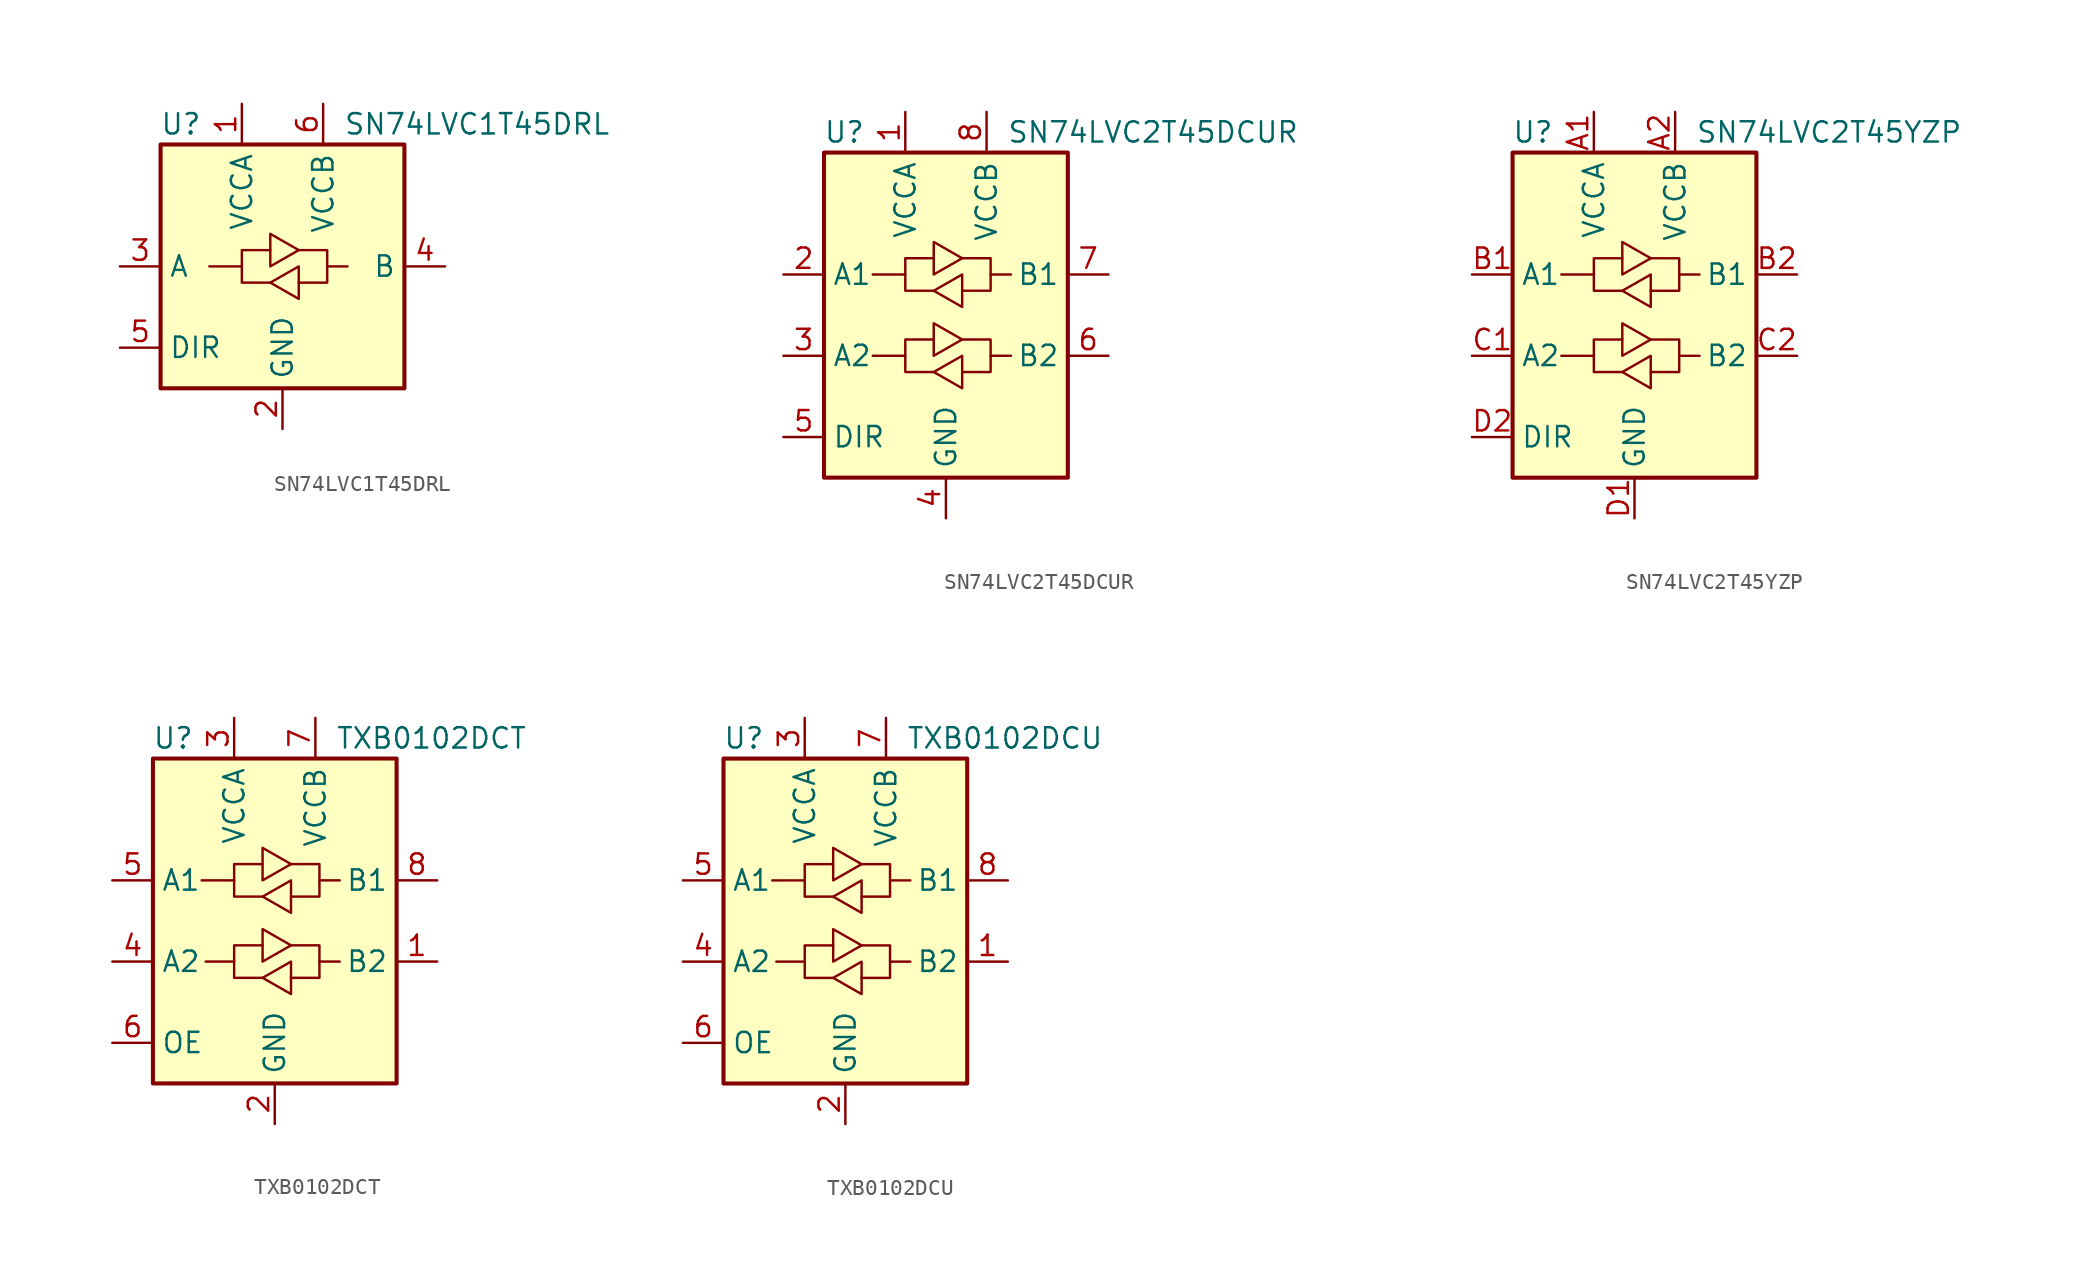
<source format=kicad_sym>
(kicad_symbol_lib
  (version 20200126)
  (host kicad_symbol_editor "(5.99.0-2044-gda2b7071b)")
  (symbol "Logic_LevelTranslator:SN74LVC1T45DRL"
    (pin_names
      (offset 0.508))
    (property "Reference" "U"
      (at -6.35 8.89 0)
      (effects (font (size 1.27 1.27))))
    (property "Value" "SN74LVC1T45DRL"
      (at 3.81 8.89 0)
      (effects (font (size 1.27 1.27)) (justify left)))
    (symbol "SN74LVC1T45DRL_0_1"
      (rectangle (start -7.62 7.62) (end 7.62 -7.62) (stroke (width 0.254)) (fill (type background)))
      (polyline (pts (xy -2.54 0) (xy -2.54 1.016) (xy -0.762 1.016)) (stroke (width 0)) (fill (type none)))
      (polyline (pts (xy 2.794 0) (xy 2.794 -1.016) (xy 1.016 -1.016)) (stroke (width 0)) (fill (type none)))
      (polyline (pts (xy -0.762 -1.016) (xy -2.54 -1.016) (xy -2.54 0) (xy -4.572 0)) (stroke (width 0)) (fill (type none)))
      (polyline (pts (xy -0.762 0) (xy -0.762 2.032) (xy 1.016 1.016) (xy -0.762 0)) (stroke (width 0)) (fill (type none)))
      (polyline (pts (xy 1.016 1.016) (xy 2.794 1.016) (xy 2.794 0) (xy 4.064 0)) (stroke (width 0)) (fill (type none)))
      (polyline (pts (xy 1.016 0) (xy 1.016 -1.778) (xy 1.016 -2.032) (xy -0.762 -1.016) (xy 1.016 0)) (stroke (width 0)) (fill (type none))))
    (symbol "SN74LVC1T45DRL_1_1"
      (pin power_in line (at -2.54 10.16 270) (length 2.54) (name "VCCA" (effects (font (size 1.27 1.27)))) (number "1" (effects (font (size 1.27 1.27)))))
      (pin power_in line (at 0 -10.16 90) (length 2.54) (name "GND" (effects (font (size 1.27 1.27)))) (number "2" (effects (font (size 1.27 1.27)))))
      (pin bidirectional line (at -10.16 0 0) (length 2.54) (name "A" (effects (font (size 1.27 1.27)))) (number "3" (effects (font (size 1.27 1.27)))))
      (pin bidirectional line (at 10.16 0 180) (length 2.54) (name "B" (effects (font (size 1.27 1.27)))) (number "4" (effects (font (size 1.27 1.27)))))
      (pin input line (at -10.16 -5.08 0) (length 2.54) (name "DIR" (effects (font (size 1.27 1.27)))) (number "5" (effects (font (size 1.27 1.27)))))
      (pin power_in line (at 2.54 10.16 270) (length 2.54) (name "VCCB" (effects (font (size 1.27 1.27)))) (number "6" (effects (font (size 1.27 1.27)))))))
  (symbol "Logic_LevelTranslator:SN74LVC2T45DCUR"
    (pin_names
      (offset 0.508))
    (property "Reference" "U"
      (at -6.35 11.43 0)
      (effects (font (size 1.27 1.27))))
    (property "Value" "SN74LVC2T45DCUR"
      (at 3.81 11.43 0)
      (effects (font (size 1.27 1.27)) (justify left)))
    (symbol "SN74LVC2T45DCUR_0_1"
      (rectangle (start -7.62 10.16) (end 7.62 -10.16) (stroke (width 0.254)) (fill (type background)))
      (polyline (pts (xy -2.54 2.54) (xy -2.54 3.556) (xy -0.762 3.556)) (stroke (width 0)) (fill (type none)))
      (polyline (pts (xy 2.794 2.54) (xy 2.794 1.524) (xy 1.016 1.524)) (stroke (width 0)) (fill (type none)))
      (polyline (pts (xy -0.762 1.524) (xy -2.54 1.524) (xy -2.54 2.54) (xy -4.572 2.54)) (stroke (width 0)) (fill (type none)))
      (polyline (pts (xy -0.762 2.54) (xy -0.762 4.572) (xy 1.016 3.556) (xy -0.762 2.54)) (stroke (width 0)) (fill (type none)))
      (polyline (pts (xy 1.016 3.556) (xy 2.794 3.556) (xy 2.794 2.54) (xy 4.064 2.54)) (stroke (width 0)) (fill (type none)))
      (polyline (pts (xy 1.016 2.54) (xy 1.016 0.762) (xy 1.016 0.508) (xy -0.762 1.524) (xy 1.016 2.54)) (stroke (width 0)) (fill (type none))))
    (symbol "SN74LVC2T45DCUR_1_1"
      (polyline (pts (xy -2.54 -2.54) (xy -2.54 -1.524) (xy -0.762 -1.524)) (stroke (width 0)) (fill (type none)))
      (polyline (pts (xy 2.794 -2.54) (xy 2.794 -3.556) (xy 1.016 -3.556)) (stroke (width 0)) (fill (type none)))
      (polyline (pts (xy -0.762 -3.556) (xy -2.54 -3.556) (xy -2.54 -2.54) (xy -4.572 -2.54)) (stroke (width 0)) (fill (type none)))
      (polyline (pts (xy -0.762 -2.54) (xy -0.762 -0.508) (xy 1.016 -1.524) (xy -0.762 -2.54)) (stroke (width 0)) (fill (type none)))
      (polyline (pts (xy 1.016 -1.524) (xy 2.794 -1.524) (xy 2.794 -2.54) (xy 4.064 -2.54)) (stroke (width 0)) (fill (type none)))
      (polyline (pts (xy 1.016 -2.54) (xy 1.016 -4.318) (xy 1.016 -4.572) (xy -0.762 -3.556) (xy 1.016 -2.54)) (stroke (width 0)) (fill (type none)))
      (pin power_in line (at -2.54 12.7 270) (length 2.54) (name "VCCA" (effects (font (size 1.27 1.27)))) (number "1" (effects (font (size 1.27 1.27)))))
      (pin bidirectional line (at -10.16 2.54 0) (length 2.54) (name "A1" (effects (font (size 1.27 1.27)))) (number "2" (effects (font (size 1.27 1.27)))))
      (pin bidirectional line (at -10.16 -2.54 0) (length 2.54) (name "A2" (effects (font (size 1.27 1.27)))) (number "3" (effects (font (size 1.27 1.27)))))
      (pin power_in line (at 0 -12.7 90) (length 2.54) (name "GND" (effects (font (size 1.27 1.27)))) (number "4" (effects (font (size 1.27 1.27)))))
      (pin input line (at -10.16 -7.62 0) (length 2.54) (name "DIR" (effects (font (size 1.27 1.27)))) (number "5" (effects (font (size 1.27 1.27)))))
      (pin bidirectional line (at 10.16 -2.54 180) (length 2.54) (name "B2" (effects (font (size 1.27 1.27)))) (number "6" (effects (font (size 1.27 1.27)))))
      (pin bidirectional line (at 10.16 2.54 180) (length 2.54) (name "B1" (effects (font (size 1.27 1.27)))) (number "7" (effects (font (size 1.27 1.27)))))
      (pin power_in line (at 2.54 12.7 270) (length 2.54) (name "VCCB" (effects (font (size 1.27 1.27)))) (number "8" (effects (font (size 1.27 1.27)))))))
  (symbol "Logic_LevelTranslator:SN74LVC2T45YZP"
    (pin_names
      (offset 0.508))
    (property "Reference" "U"
      (at -6.35 11.43 0)
      (effects (font (size 1.27 1.27))))
    (property "Value" "SN74LVC2T45YZP"
      (at 3.81 11.43 0)
      (effects (font (size 1.27 1.27)) (justify left)))
    (symbol "SN74LVC2T45YZP_0_1"
      (rectangle (start -7.62 10.16) (end 7.62 -10.16) (stroke (width 0.254)) (fill (type background)))
      (polyline (pts (xy -2.54 2.54) (xy -2.54 3.556) (xy -0.762 3.556)) (stroke (width 0)) (fill (type none)))
      (polyline (pts (xy 2.794 2.54) (xy 2.794 1.524) (xy 1.016 1.524)) (stroke (width 0)) (fill (type none)))
      (polyline (pts (xy -0.762 1.524) (xy -2.54 1.524) (xy -2.54 2.54) (xy -4.572 2.54)) (stroke (width 0)) (fill (type none)))
      (polyline (pts (xy -0.762 2.54) (xy -0.762 4.572) (xy 1.016 3.556) (xy -0.762 2.54)) (stroke (width 0)) (fill (type none)))
      (polyline (pts (xy 1.016 3.556) (xy 2.794 3.556) (xy 2.794 2.54) (xy 4.064 2.54)) (stroke (width 0)) (fill (type none)))
      (polyline (pts (xy 1.016 2.54) (xy 1.016 0.762) (xy 1.016 0.508) (xy -0.762 1.524) (xy 1.016 2.54)) (stroke (width 0)) (fill (type none))))
    (symbol "SN74LVC2T45YZP_1_1"
      (polyline (pts (xy -2.54 -2.54) (xy -2.54 -1.524) (xy -0.762 -1.524)) (stroke (width 0)) (fill (type none)))
      (polyline (pts (xy 2.794 -2.54) (xy 2.794 -3.556) (xy 1.016 -3.556)) (stroke (width 0)) (fill (type none)))
      (polyline (pts (xy -0.762 -3.556) (xy -2.54 -3.556) (xy -2.54 -2.54) (xy -4.572 -2.54)) (stroke (width 0)) (fill (type none)))
      (polyline (pts (xy -0.762 -2.54) (xy -0.762 -0.508) (xy 1.016 -1.524) (xy -0.762 -2.54)) (stroke (width 0)) (fill (type none)))
      (polyline (pts (xy 1.016 -1.524) (xy 2.794 -1.524) (xy 2.794 -2.54) (xy 4.064 -2.54)) (stroke (width 0)) (fill (type none)))
      (polyline (pts (xy 1.016 -2.54) (xy 1.016 -4.318) (xy 1.016 -4.572) (xy -0.762 -3.556) (xy 1.016 -2.54)) (stroke (width 0)) (fill (type none)))
      (pin power_in line (at -2.54 12.7 270) (length 2.54) (name "VCCA" (effects (font (size 1.27 1.27)))) (number "A1" (effects (font (size 1.27 1.27)))))
      (pin power_in line (at 2.54 12.7 270) (length 2.54) (name "VCCB" (effects (font (size 1.27 1.27)))) (number "A2" (effects (font (size 1.27 1.27)))))
      (pin bidirectional line (at -10.16 2.54 0) (length 2.54) (name "A1" (effects (font (size 1.27 1.27)))) (number "B1" (effects (font (size 1.27 1.27)))))
      (pin bidirectional line (at 10.16 2.54 180) (length 2.54) (name "B1" (effects (font (size 1.27 1.27)))) (number "B2" (effects (font (size 1.27 1.27)))))
      (pin bidirectional line (at -10.16 -2.54 0) (length 2.54) (name "A2" (effects (font (size 1.27 1.27)))) (number "C1" (effects (font (size 1.27 1.27)))))
      (pin bidirectional line (at 10.16 -2.54 180) (length 2.54) (name "B2" (effects (font (size 1.27 1.27)))) (number "C2" (effects (font (size 1.27 1.27)))))
      (pin power_in line (at 0 -12.7 90) (length 2.54) (name "GND" (effects (font (size 1.27 1.27)))) (number "D1" (effects (font (size 1.27 1.27)))))
      (pin input line (at -10.16 -7.62 0) (length 2.54) (name "DIR" (effects (font (size 1.27 1.27)))) (number "D2" (effects (font (size 1.27 1.27)))))))
  (symbol "Logic_LevelTranslator:TXB0102DCT"
    (pin_names
      (offset 0.508))
    (property "Reference" "U"
      (at -6.35 11.43 0)
      (effects (font (size 1.27 1.27))))
    (property "Value" "TXB0102DCT"
      (at 3.81 11.43 0)
      (effects (font (size 1.27 1.27)) (justify left)))
    (symbol "TXB0102DCT_0_1"
      (rectangle (start -7.62 10.16) (end 7.62 -10.16) (stroke (width 0.254)) (fill (type background)))
      (polyline (pts (xy -2.54 -2.54) (xy -2.54 -1.524) (xy -0.762 -1.524)) (stroke (width 0)) (fill (type none)))
      (polyline (pts (xy -2.54 2.54) (xy -2.54 3.556) (xy -0.762 3.556)) (stroke (width 0)) (fill (type none)))
      (polyline (pts (xy 2.794 -2.54) (xy 2.794 -3.556) (xy 1.016 -3.556)) (stroke (width 0)) (fill (type none)))
      (polyline (pts (xy 2.794 2.54) (xy 2.794 1.524) (xy 1.016 1.524)) (stroke (width 0)) (fill (type none)))
      (polyline (pts (xy -0.762 -3.556) (xy -2.54 -3.556) (xy -2.54 -2.54) (xy -4.318 -2.54)) (stroke (width 0)) (fill (type none)))
      (polyline (pts (xy -0.762 -2.54) (xy -0.762 -0.508) (xy 1.016 -1.524) (xy -0.762 -2.54)) (stroke (width 0)) (fill (type background)))
      (polyline (pts (xy -0.762 1.524) (xy -2.54 1.524) (xy -2.54 2.54) (xy -4.572 2.54)) (stroke (width 0)) (fill (type none)))
      (polyline (pts (xy -0.762 2.54) (xy -0.762 4.572) (xy 1.016 3.556) (xy -0.762 2.54)) (stroke (width 0)) (fill (type none)))
      (polyline (pts (xy 1.016 -2.54) (xy 1.016 -4.572) (xy -0.762 -3.556) (xy 1.016 -2.54)) (stroke (width 0)) (fill (type none)))
      (polyline (pts (xy 1.016 -1.524) (xy 2.794 -1.524) (xy 2.794 -2.54) (xy 4.064 -2.54)) (stroke (width 0)) (fill (type none)))
      (polyline (pts (xy 1.016 3.556) (xy 2.794 3.556) (xy 2.794 2.54) (xy 4.064 2.54)) (stroke (width 0)) (fill (type none)))
      (polyline (pts (xy 1.016 2.54) (xy 1.016 0.762) (xy 1.016 0.508) (xy -0.762 1.524) (xy 1.016 2.54)) (stroke (width 0)) (fill (type none))))
    (symbol "TXB0102DCT_1_1"
      (pin bidirectional line (at 10.16 -2.54 180) (length 2.54) (name "B2" (effects (font (size 1.27 1.27)))) (number "1" (effects (font (size 1.27 1.27)))))
      (pin power_in line (at 0 -12.7 90) (length 2.54) (name "GND" (effects (font (size 1.27 1.27)))) (number "2" (effects (font (size 1.27 1.27)))))
      (pin power_in line (at -2.54 12.7 270) (length 2.54) (name "VCCA" (effects (font (size 1.27 1.27)))) (number "3" (effects (font (size 1.27 1.27)))))
      (pin bidirectional line (at -10.16 -2.54 0) (length 2.54) (name "A2" (effects (font (size 1.27 1.27)))) (number "4" (effects (font (size 1.27 1.27)))))
      (pin bidirectional line (at -10.16 2.54 0) (length 2.54) (name "A1" (effects (font (size 1.27 1.27)))) (number "5" (effects (font (size 1.27 1.27)))))
      (pin input line (at -10.16 -7.62 0) (length 2.54) (name "OE" (effects (font (size 1.27 1.27)))) (number "6" (effects (font (size 1.27 1.27)))))
      (pin power_in line (at 2.54 12.7 270) (length 2.54) (name "VCCB" (effects (font (size 1.27 1.27)))) (number "7" (effects (font (size 1.27 1.27)))))
      (pin bidirectional line (at 10.16 2.54 180) (length 2.54) (name "B1" (effects (font (size 1.27 1.27)))) (number "8" (effects (font (size 1.27 1.27)))))))
  (symbol "Logic_LevelTranslator:TXB0102DCU"
    (pin_names
      (offset 0.508))
    (property "Reference" "U"
      (at -6.35 11.43 0)
      (effects (font (size 1.27 1.27))))
    (property "Value" "TXB0102DCU"
      (at 3.81 11.43 0)
      (effects (font (size 1.27 1.27)) (justify left)))
    (symbol "TXB0102DCU_0_1"
      (rectangle (start -7.62 10.16) (end 7.62 -10.16) (stroke (width 0.254)) (fill (type background)))
      (polyline (pts (xy -2.54 -2.54) (xy -2.54 -1.524) (xy -0.762 -1.524)) (stroke (width 0)) (fill (type none)))
      (polyline (pts (xy -2.54 2.54) (xy -2.54 3.556) (xy -0.762 3.556)) (stroke (width 0)) (fill (type none)))
      (polyline (pts (xy 2.794 -2.54) (xy 2.794 -3.556) (xy 1.016 -3.556)) (stroke (width 0)) (fill (type none)))
      (polyline (pts (xy 2.794 2.54) (xy 2.794 1.524) (xy 1.016 1.524)) (stroke (width 0)) (fill (type none)))
      (polyline (pts (xy -0.762 -3.556) (xy -2.54 -3.556) (xy -2.54 -2.54) (xy -4.318 -2.54)) (stroke (width 0)) (fill (type none)))
      (polyline (pts (xy -0.762 -2.54) (xy -0.762 -0.508) (xy 1.016 -1.524) (xy -0.762 -2.54)) (stroke (width 0)) (fill (type none)))
      (polyline (pts (xy -0.762 1.524) (xy -2.54 1.524) (xy -2.54 2.54) (xy -4.572 2.54)) (stroke (width 0)) (fill (type none)))
      (polyline (pts (xy -0.762 2.54) (xy -0.762 4.572) (xy 1.016 3.556) (xy -0.762 2.54)) (stroke (width 0)) (fill (type none)))
      (polyline (pts (xy 1.016 -2.54) (xy 1.016 -4.572) (xy -0.762 -3.556) (xy 1.016 -2.54)) (stroke (width 0)) (fill (type none)))
      (polyline (pts (xy 1.016 -1.524) (xy 2.794 -1.524) (xy 2.794 -2.54) (xy 4.064 -2.54)) (stroke (width 0)) (fill (type none)))
      (polyline (pts (xy 1.016 3.556) (xy 2.794 3.556) (xy 2.794 2.54) (xy 4.064 2.54)) (stroke (width 0)) (fill (type none)))
      (polyline (pts (xy 1.016 2.54) (xy 1.016 0.762) (xy 1.016 0.508) (xy -0.762 1.524) (xy 1.016 2.54)) (stroke (width 0)) (fill (type none))))
    (symbol "TXB0102DCU_1_1"
      (pin bidirectional line (at 10.16 -2.54 180) (length 2.54) (name "B2" (effects (font (size 1.27 1.27)))) (number "1" (effects (font (size 1.27 1.27)))))
      (pin power_in line (at 0 -12.7 90) (length 2.54) (name "GND" (effects (font (size 1.27 1.27)))) (number "2" (effects (font (size 1.27 1.27)))))
      (pin power_in line (at -2.54 12.7 270) (length 2.54) (name "VCCA" (effects (font (size 1.27 1.27)))) (number "3" (effects (font (size 1.27 1.27)))))
      (pin bidirectional line (at -10.16 -2.54 0) (length 2.54) (name "A2" (effects (font (size 1.27 1.27)))) (number "4" (effects (font (size 1.27 1.27)))))
      (pin bidirectional line (at -10.16 2.54 0) (length 2.54) (name "A1" (effects (font (size 1.27 1.27)))) (number "5" (effects (font (size 1.27 1.27)))))
      (pin input line (at -10.16 -7.62 0) (length 2.54) (name "OE" (effects (font (size 1.27 1.27)))) (number "6" (effects (font (size 1.27 1.27)))))
      (pin power_in line (at 2.54 12.7 270) (length 2.54) (name "VCCB" (effects (font (size 1.27 1.27)))) (number "7" (effects (font (size 1.27 1.27)))))
      (pin bidirectional line (at 10.16 2.54 180) (length 2.54) (name "B1" (effects (font (size 1.27 1.27)))) (number "8" (effects (font (size 1.27 1.27))))))))
</source>
